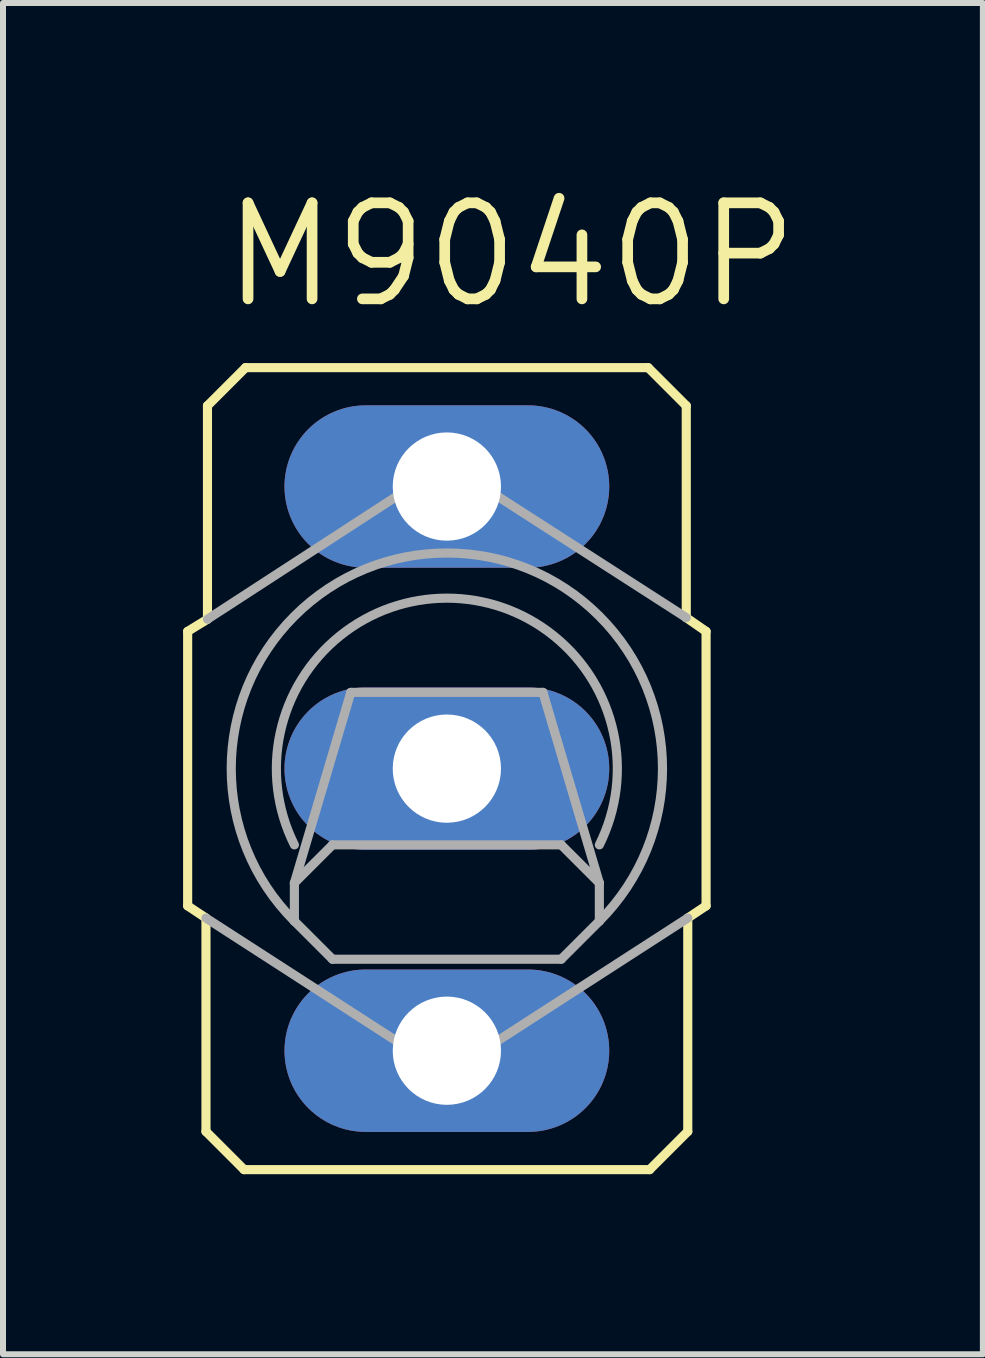
<source format=kicad_pcb>
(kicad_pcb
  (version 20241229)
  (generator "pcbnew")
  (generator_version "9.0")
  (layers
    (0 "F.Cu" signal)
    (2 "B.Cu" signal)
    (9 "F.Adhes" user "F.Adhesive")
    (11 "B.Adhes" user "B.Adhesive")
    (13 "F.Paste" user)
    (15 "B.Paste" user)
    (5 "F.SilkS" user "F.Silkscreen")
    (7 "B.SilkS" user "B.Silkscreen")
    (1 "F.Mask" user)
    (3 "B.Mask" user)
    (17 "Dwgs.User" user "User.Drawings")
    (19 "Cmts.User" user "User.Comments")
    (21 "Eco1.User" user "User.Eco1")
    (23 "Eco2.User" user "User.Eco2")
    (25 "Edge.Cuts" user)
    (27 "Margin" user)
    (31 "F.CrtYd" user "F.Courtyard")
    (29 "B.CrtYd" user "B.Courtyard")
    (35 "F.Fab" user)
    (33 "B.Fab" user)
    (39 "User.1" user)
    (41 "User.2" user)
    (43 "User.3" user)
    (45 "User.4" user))
  (footprint "M9040P"
    (layer "F.Cu")
    (at 4.394 9.754)
    (property "Reference" "M9040P" (at -3.81 -7.62 0) (unlocked yes) (layer "F.SilkS") (effects (font (size 1.6 1.6) (thickness 0.178)) (justify left bottom)))
    (fp_line (start -4.318 -2.286) (end -4.318 2.286) (stroke (width 0.152) (type solid)) (layer "F.SilkS"))
    (fp_line (start -4.318 2.286) (end -4.013 2.489) (stroke (width 0.152) (type solid)) (layer "F.SilkS"))
    (fp_line (start -4.013 6.045) (end -4.013 2.489) (stroke (width 0.152) (type solid)) (layer "F.SilkS"))
    (fp_line (start -4.013 6.045) (end -3.378 6.68) (stroke (width 0.152) (type solid)) (layer "F.SilkS"))
    (fp_line (start -3.988 -2.489) (end -4.318 -2.286) (stroke (width 0.152) (type solid)) (layer "F.SilkS"))
    (fp_line (start -3.988 -2.489) (end -3.988 -6.045) (stroke (width 0.152) (type solid)) (layer "F.SilkS"))
    (fp_line (start -3.353 -6.68) (end -3.988 -6.045) (stroke (width 0.152) (type solid)) (layer "F.SilkS"))
    (fp_line (start -3.353 -6.68) (end 3.353 -6.68) (stroke (width 0.152) (type solid)) (layer "F.SilkS"))
    (fp_line (start 3.378 6.68) (end -3.378 6.68) (stroke (width 0.152) (type solid)) (layer "F.SilkS"))
    (fp_line (start 3.378 6.68) (end 4.013 6.045) (stroke (width 0.152) (type solid)) (layer "F.SilkS"))
    (fp_line (start 3.988 -6.045) (end 3.353 -6.68) (stroke (width 0.152) (type solid)) (layer "F.SilkS"))
    (fp_line (start 3.988 -6.045) (end 3.988 -2.515) (stroke (width 0.152) (type solid)) (layer "F.SilkS"))
    (fp_line (start 4.013 2.489) (end 4.318 2.286) (stroke (width 0.152) (type solid)) (layer "F.SilkS"))
    (fp_line (start 4.013 6.045) (end 4.013 2.489) (stroke (width 0.152) (type solid)) (layer "F.SilkS"))
    (fp_line (start 4.318 -2.286) (end 3.988 -2.515) (stroke (width 0.152) (type solid)) (layer "F.SilkS"))
    (fp_line (start 4.318 -2.286) (end 4.318 2.286) (stroke (width 0.152) (type solid)) (layer "F.SilkS"))
    (fp_line (start -4.013 2.489) (end 0 5.08) (stroke (width 0.152) (type solid)) (layer "F.Fab"))
    (fp_line (start -2.54 2.54) (end -2.54 1.905) (stroke (width 0.152) (type solid)) (layer "F.Fab"))
    (fp_line (start -2.54 2.54) (end -1.905 3.175) (stroke (width 0.152) (type solid)) (layer "F.Fab"))
    (fp_line (start -1.905 1.27) (end -2.54 1.905) (stroke (width 0.152) (type solid)) (layer "F.Fab"))
    (fp_line (start -1.905 1.27) (end 1.905 1.27) (stroke (width 0.152) (type solid)) (layer "F.Fab"))
    (fp_line (start -1.6 -1.27) (end -2.54 1.905) (stroke (width 0.152) (type solid)) (layer "F.Fab"))
    (fp_line (start -1.6 -1.27) (end 1.6 -1.27) (stroke (width 0.152) (type solid)) (layer "F.Fab"))
    (fp_line (start 0 -5.08) (end -3.988 -2.489) (stroke (width 0.152) (type solid)) (layer "F.Fab"))
    (fp_line (start 0 5.08) (end 4.013 2.489) (stroke (width 0.152) (type solid)) (layer "F.Fab"))
    (fp_line (start 1.6 -1.27) (end 2.54 1.905) (stroke (width 0.152) (type solid)) (layer "F.Fab"))
    (fp_line (start 1.905 1.27) (end 2.54 1.905) (stroke (width 0.152) (type solid)) (layer "F.Fab"))
    (fp_line (start 1.905 3.175) (end -1.905 3.175) (stroke (width 0.152) (type solid)) (layer "F.Fab"))
    (fp_line (start 1.905 3.175) (end 2.54 2.54) (stroke (width 0.152) (type solid)) (layer "F.Fab"))
    (fp_line (start 2.54 1.905) (end 2.54 2.54) (stroke (width 0.152) (type solid)) (layer "F.Fab"))
    (fp_line (start 3.988 -2.515) (end 0 -5.08) (stroke (width 0.152) (type solid)) (layer "F.Fab"))
    (fp_arc (start -2.54 1.27) (mid 0 -2.839806) (end 2.54 1.27) (stroke (width 0.1524) (type solid)) (layer "F.Fab"))
    (fp_arc (start -2.54 2.54) (mid 0 -3.592102) (end 2.54 2.54) (stroke (width 0.1524) (type solid)) (layer "F.Fab"))
    (pad "1" thru_hole oval (at 0 -4.699) (size 5.41 2.705) (drill 1.803) (layers "*.Cu" "*.Mask"))
    (pad "2" thru_hole oval (at 0 0) (size 5.41 2.705) (drill 1.803) (layers "*.Cu" "*.Mask"))
    (pad "3" thru_hole oval (at 0 4.699) (size 5.41 2.705) (drill 1.803) (layers "*.Cu" "*.Mask")))
  (gr_rect
    (start -3 -3)
    (end 13.323 19.51)
    (stroke (width 0.1) (type default))
    (fill no)
    (layer "Edge.Cuts")))
</source>
